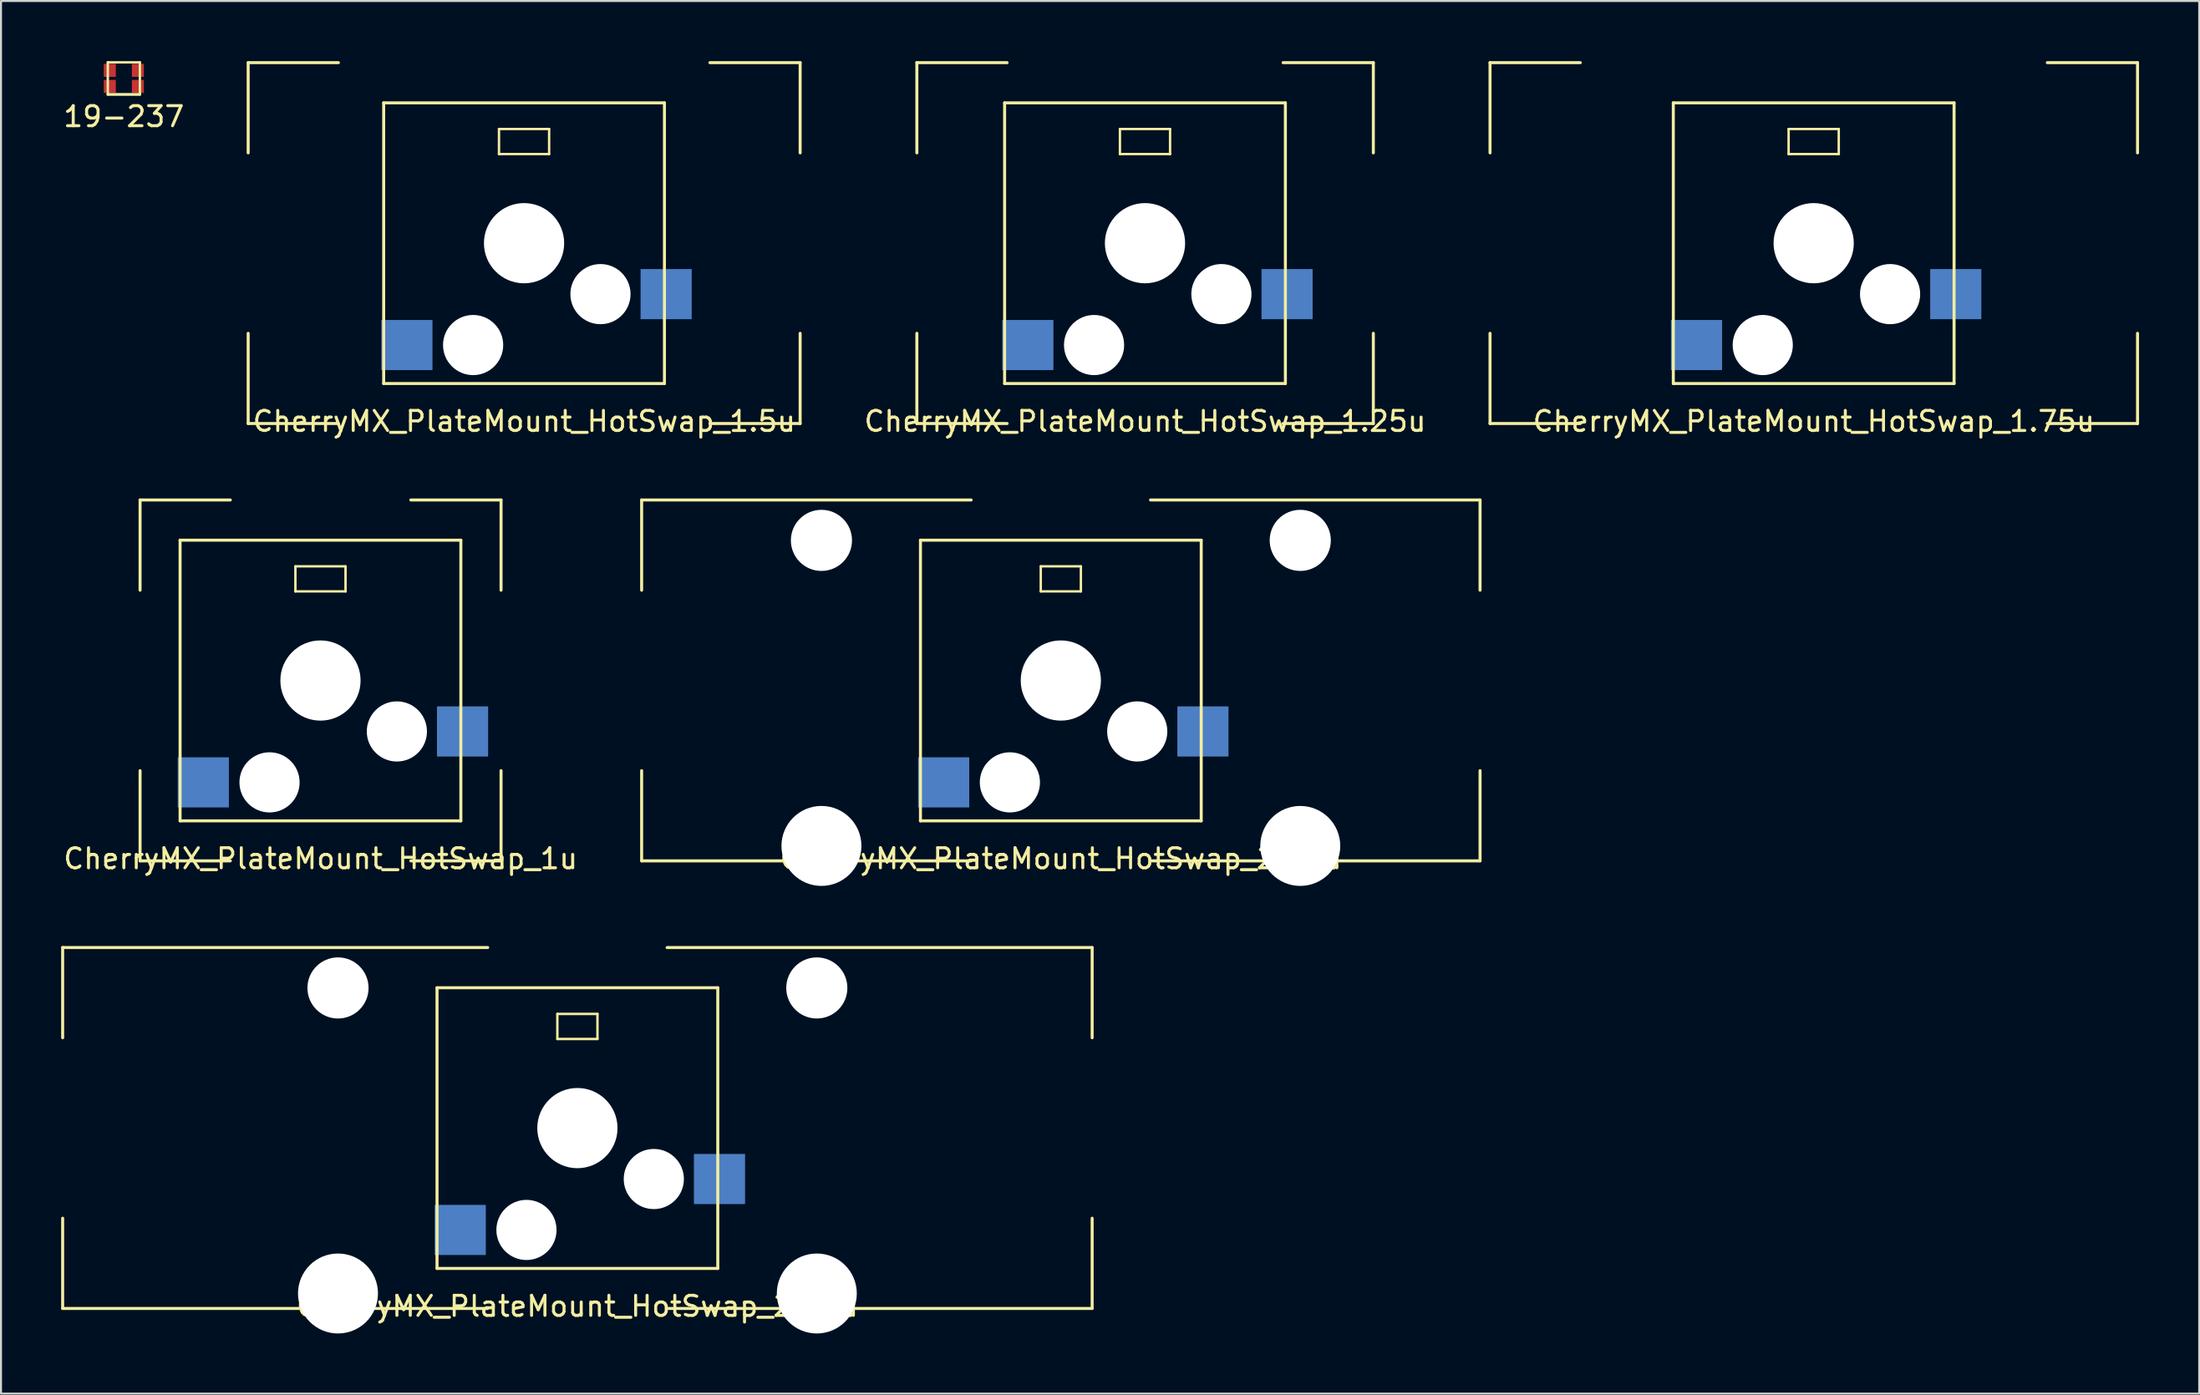
<source format=kicad_pcb>
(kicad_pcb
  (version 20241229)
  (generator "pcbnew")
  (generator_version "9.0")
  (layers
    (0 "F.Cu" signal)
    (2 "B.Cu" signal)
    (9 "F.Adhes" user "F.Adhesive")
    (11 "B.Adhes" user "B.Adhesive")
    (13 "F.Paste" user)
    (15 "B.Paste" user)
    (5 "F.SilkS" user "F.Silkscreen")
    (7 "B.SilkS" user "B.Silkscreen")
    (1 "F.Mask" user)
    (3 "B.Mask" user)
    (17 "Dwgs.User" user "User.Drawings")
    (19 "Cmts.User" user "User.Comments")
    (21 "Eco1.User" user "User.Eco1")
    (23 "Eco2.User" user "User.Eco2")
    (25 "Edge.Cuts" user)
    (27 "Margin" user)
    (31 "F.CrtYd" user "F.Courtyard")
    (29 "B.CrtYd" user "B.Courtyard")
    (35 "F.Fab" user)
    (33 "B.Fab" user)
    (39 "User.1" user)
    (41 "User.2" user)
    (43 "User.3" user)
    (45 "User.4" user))
  (footprint "CherryMX_PlateMount_HotSwap_1.25u"
    (layer "F.Cu")
    (at 54.05 9.075)
    (property "Reference" "CherryMX_PlateMount_HotSwap_1.25u" (at 0 8.89 0) (layer "F.SilkS") (effects (font (size 1 1) (thickness 0.15))))
    (attr through_hole)
    (fp_line (start -11.381 -9) (end -11.381 -4.5) (stroke (width 0.15) (type solid)) (layer "F.SilkS"))
    (fp_line (start -11.381 -9) (end -6.881 -9) (stroke (width 0.15) (type solid)) (layer "F.SilkS"))
    (fp_line (start -11.381 4.5) (end -11.381 9) (stroke (width 0.15) (type solid)) (layer "F.SilkS"))
    (fp_line (start -11.381 9) (end -6.881 9) (stroke (width 0.15) (type solid)) (layer "F.SilkS"))
    (fp_line (start -7.005 -6.995) (end 6.995 -6.995) (stroke (width 0.15) (type solid)) (layer "F.SilkS"))
    (fp_line (start -7.005 7.005) (end -7.005 -6.995) (stroke (width 0.15) (type solid)) (layer "F.SilkS"))
    (fp_line (start -1.255 -5.69) (end -1.255 -4.44) (stroke (width 0.12) (type solid)) (layer "F.SilkS"))
    (fp_line (start 1.245 -5.69) (end -1.255 -5.69) (stroke (width 0.12) (type solid)) (layer "F.SilkS"))
    (fp_line (start 1.245 -4.44) (end -1.255 -4.44) (stroke (width 0.12) (type solid)) (layer "F.SilkS"))
    (fp_line (start 1.245 -4.44) (end 1.245 -5.69) (stroke (width 0.12) (type solid)) (layer "F.SilkS"))
    (fp_line (start 6.881 9) (end 11.381 9) (stroke (width 0.15) (type solid)) (layer "F.SilkS"))
    (fp_line (start 6.995 -6.995) (end 6.995 7.005) (stroke (width 0.15) (type solid)) (layer "F.SilkS"))
    (fp_line (start 6.995 7.005) (end -7.005 7.005) (stroke (width 0.15) (type solid)) (layer "F.SilkS"))
    (fp_line (start 11.381 -9) (end 6.881 -9) (stroke (width 0.15) (type solid)) (layer "F.SilkS"))
    (fp_line (start 11.381 -4.5) (end 11.381 -9) (stroke (width 0.15) (type solid)) (layer "F.SilkS"))
    (fp_line (start 11.381 4.5) (end 11.381 9) (stroke (width 0.15) (type solid)) (layer "F.SilkS"))
    (pad "" np_thru_hole circle (at -2.545 5.085 180) (size 3 3) (drill 3) (layers "*.Cu" "*.Mask"))
    (pad "" np_thru_hole circle (at -0.005 0.005 180) (size 4 4) (drill 4) (layers "*.Cu" "*.Mask"))
    (pad "" np_thru_hole circle (at 3.805 2.545 180) (size 3 3) (drill 3) (layers "*.Cu" "*.Mask"))
    (pad "1" smd rect (at 7.08 2.545 180) (size 2.55 2.5) (layers "B.Cu" "B.Mask" "B.Paste"))
    (pad "2" smd rect (at -5.847 5.085 180) (size 2.55 2.5) (layers "B.Cu" "B.Mask" "B.Paste")))
  (footprint "CherryMX_PlateMount_HotSwap_2.25u"
    (layer "F.Cu")
    (at 49.849 30.888)
    (property "Reference" "CherryMX_PlateMount_HotSwap_2.25u" (at 0 8.89 0) (layer "F.SilkS") (effects (font (size 1 1) (thickness 0.15))))
    (attr through_hole)
    (fp_line (start -20.904 -9) (end -20.904 -4.5) (stroke (width 0.15) (type solid)) (layer "F.SilkS"))
    (fp_line (start -20.904 -9) (end -4.473 -9) (stroke (width 0.15) (type solid)) (layer "F.SilkS"))
    (fp_line (start -20.904 4.5) (end -20.904 9) (stroke (width 0.15) (type solid)) (layer "F.SilkS"))
    (fp_line (start -20.904 9) (end -4.473 9) (stroke (width 0.15) (type solid)) (layer "F.SilkS"))
    (fp_line (start -7.001 -6.995) (end 6.999 -6.995) (stroke (width 0.15) (type solid)) (layer "F.SilkS"))
    (fp_line (start -7.001 7.005) (end -7.001 -6.995) (stroke (width 0.15) (type solid)) (layer "F.SilkS"))
    (fp_line (start -1.001 -5.69) (end -1.001 -4.44) (stroke (width 0.12) (type solid)) (layer "F.SilkS"))
    (fp_line (start 0.999 -5.69) (end -1.001 -5.69) (stroke (width 0.12) (type solid)) (layer "F.SilkS"))
    (fp_line (start 0.999 -4.44) (end -1.001 -4.44) (stroke (width 0.12) (type solid)) (layer "F.SilkS"))
    (fp_line (start 0.999 -4.44) (end 0.999 -5.69) (stroke (width 0.12) (type solid)) (layer "F.SilkS"))
    (fp_line (start 4.473 -9) (end 20.904 -9) (stroke (width 0.15) (type solid)) (layer "F.SilkS"))
    (fp_line (start 4.473 9) (end 20.904 9) (stroke (width 0.15) (type solid)) (layer "F.SilkS"))
    (fp_line (start 6.999 -6.995) (end 6.999 7.005) (stroke (width 0.15) (type solid)) (layer "F.SilkS"))
    (fp_line (start 6.999 7.005) (end -7.001 7.005) (stroke (width 0.15) (type solid)) (layer "F.SilkS"))
    (fp_line (start 20.904 -4.5) (end 20.904 -9) (stroke (width 0.15) (type solid)) (layer "F.SilkS"))
    (fp_line (start 20.904 4.5) (end 20.904 9) (stroke (width 0.15) (type solid)) (layer "F.SilkS"))
    (pad "" np_thru_hole circle (at -11.938 -6.985) (size 3.048 3.048) (drill 3.048) (layers "*.Cu" "*.Mask"))
    (pad "" np_thru_hole circle (at -11.938 8.255) (size 3.988 3.988) (drill 3.988) (layers "*.Cu" "*.Mask"))
    (pad "" np_thru_hole circle (at -2.541 5.085 180) (size 3 3) (drill 3) (layers "*.Cu" "*.Mask"))
    (pad "" np_thru_hole circle (at -0.001 0.005 180) (size 4 4) (drill 4) (layers "*.Cu" "*.Mask"))
    (pad "" np_thru_hole circle (at 3.809 2.545 180) (size 3 3) (drill 3) (layers "*.Cu" "*.Mask"))
    (pad "" np_thru_hole circle (at 11.938 -6.985) (size 3.048 3.048) (drill 3.048) (layers "*.Cu" "*.Mask"))
    (pad "" np_thru_hole circle (at 11.938 8.255) (size 3.988 3.988) (drill 3.988) (layers "*.Cu" "*.Mask"))
    (pad "1" smd rect (at 7.084 2.545 180) (size 2.55 2.5) (layers "B.Cu" "B.Mask" "B.Paste"))
    (pad "2" smd rect (at -5.843 5.085 180) (size 2.55 2.5) (layers "B.Cu" "B.Mask" "B.Paste")))
  (footprint "CherryMX_PlateMount_HotSwap_2.75u"
    (layer "F.Cu")
    (at 25.742 53.212)
    (property "Reference" "CherryMX_PlateMount_HotSwap_2.75u" (at 0 8.89 0) (layer "F.SilkS") (effects (font (size 1 1) (thickness 0.15))))
    (attr through_hole)
    (fp_line (start -25.668 -9) (end -25.668 -4.5) (stroke (width 0.15) (type solid)) (layer "F.SilkS"))
    (fp_line (start -25.668 -9) (end -4.474 -9) (stroke (width 0.15) (type solid)) (layer "F.SilkS"))
    (fp_line (start -25.668 4.5) (end -25.668 9) (stroke (width 0.15) (type solid)) (layer "F.SilkS"))
    (fp_line (start -25.668 9) (end -4.474 9) (stroke (width 0.15) (type solid)) (layer "F.SilkS"))
    (fp_line (start -7 -6.995) (end 7 -6.995) (stroke (width 0.15) (type solid)) (layer "F.SilkS"))
    (fp_line (start -7 7.005) (end -7 -6.995) (stroke (width 0.15) (type solid)) (layer "F.SilkS"))
    (fp_line (start -1 -5.69) (end -1 -4.44) (stroke (width 0.12) (type solid)) (layer "F.SilkS"))
    (fp_line (start 1 -5.69) (end -1 -5.69) (stroke (width 0.12) (type solid)) (layer "F.SilkS"))
    (fp_line (start 1 -4.44) (end -1 -4.44) (stroke (width 0.12) (type solid)) (layer "F.SilkS"))
    (fp_line (start 1 -4.44) (end 1 -5.69) (stroke (width 0.12) (type solid)) (layer "F.SilkS"))
    (fp_line (start 4.474 -9) (end 25.668 -9) (stroke (width 0.15) (type solid)) (layer "F.SilkS"))
    (fp_line (start 4.474 9) (end 25.668 9) (stroke (width 0.15) (type solid)) (layer "F.SilkS"))
    (fp_line (start 7 -6.995) (end 7 7.005) (stroke (width 0.15) (type solid)) (layer "F.SilkS"))
    (fp_line (start 7 7.005) (end -7 7.005) (stroke (width 0.15) (type solid)) (layer "F.SilkS"))
    (fp_line (start 25.668 -4.5) (end 25.668 -9) (stroke (width 0.15) (type solid)) (layer "F.SilkS"))
    (fp_line (start 25.668 4.5) (end 25.668 9) (stroke (width 0.15) (type solid)) (layer "F.SilkS"))
    (pad "" np_thru_hole circle (at -11.938 -6.985) (size 3.048 3.048) (drill 3.048) (layers "*.Cu" "*.Mask"))
    (pad "" np_thru_hole circle (at -11.938 8.255) (size 3.988 3.988) (drill 3.988) (layers "*.Cu" "*.Mask"))
    (pad "" np_thru_hole circle (at -2.54 5.085 180) (size 3 3) (drill 3) (layers "*.Cu" "*.Mask"))
    (pad "" np_thru_hole circle (at 0 0.005 180) (size 4 4) (drill 4) (layers "*.Cu" "*.Mask"))
    (pad "" np_thru_hole circle (at 3.81 2.545 180) (size 3 3) (drill 3) (layers "*.Cu" "*.Mask"))
    (pad "" np_thru_hole circle (at 11.938 -6.985) (size 3.048 3.048) (drill 3.048) (layers "*.Cu" "*.Mask"))
    (pad "" np_thru_hole circle (at 11.938 8.255) (size 3.988 3.988) (drill 3.988) (layers "*.Cu" "*.Mask"))
    (pad "1" smd rect (at 7.085 2.545 180) (size 2.55 2.5) (layers "B.Cu" "B.Mask" "B.Paste"))
    (pad "2" smd rect (at -5.842 5.085 180) (size 2.55 2.5) (layers "B.Cu" "B.Mask" "B.Paste")))
  (footprint "CherryMX_PlateMount_HotSwap_1u"
    (layer "F.Cu")
    (at 12.935 30.888)
    (property "Reference" "CherryMX_PlateMount_HotSwap_1u" (at 0 8.89 0) (layer "F.SilkS") (effects (font (size 1 1) (thickness 0.15))))
    (attr through_hole)
    (fp_line (start -9 -9) (end -9 -4.5) (stroke (width 0.15) (type solid)) (layer "F.SilkS"))
    (fp_line (start -9 -9) (end -4.5 -9) (stroke (width 0.15) (type solid)) (layer "F.SilkS"))
    (fp_line (start -9 4.5) (end -9 9) (stroke (width 0.15) (type solid)) (layer "F.SilkS"))
    (fp_line (start -9 9) (end -4.5 9) (stroke (width 0.15) (type solid)) (layer "F.SilkS"))
    (fp_line (start -7.005 -6.995) (end 6.995 -6.995) (stroke (width 0.15) (type solid)) (layer "F.SilkS"))
    (fp_line (start -7.005 7.005) (end -7.005 -6.995) (stroke (width 0.15) (type solid)) (layer "F.SilkS"))
    (fp_line (start -1.255 -5.69) (end -1.255 -4.44) (stroke (width 0.12) (type solid)) (layer "F.SilkS"))
    (fp_line (start 1.245 -5.69) (end -1.255 -5.69) (stroke (width 0.12) (type solid)) (layer "F.SilkS"))
    (fp_line (start 1.245 -4.44) (end -1.255 -4.44) (stroke (width 0.12) (type solid)) (layer "F.SilkS"))
    (fp_line (start 1.245 -4.44) (end 1.245 -5.69) (stroke (width 0.12) (type solid)) (layer "F.SilkS"))
    (fp_line (start 4.5 9) (end 9 9) (stroke (width 0.15) (type solid)) (layer "F.SilkS"))
    (fp_line (start 6.995 -6.995) (end 6.995 7.005) (stroke (width 0.15) (type solid)) (layer "F.SilkS"))
    (fp_line (start 6.995 7.005) (end -7.005 7.005) (stroke (width 0.15) (type solid)) (layer "F.SilkS"))
    (fp_line (start 9 -9) (end 4.5 -9) (stroke (width 0.15) (type solid)) (layer "F.SilkS"))
    (fp_line (start 9 -4.5) (end 9 -9) (stroke (width 0.15) (type solid)) (layer "F.SilkS"))
    (fp_line (start 9 4.5) (end 9 9) (stroke (width 0.15) (type solid)) (layer "F.SilkS"))
    (pad "" np_thru_hole circle (at -2.545 5.085 180) (size 3 3) (drill 3) (layers "*.Cu" "*.Mask"))
    (pad "" np_thru_hole circle (at -0.005 0.005 180) (size 4 4) (drill 4) (layers "*.Cu" "*.Mask"))
    (pad "" np_thru_hole circle (at 3.805 2.545 180) (size 3 3) (drill 3) (layers "*.Cu" "*.Mask"))
    (pad "1" smd rect (at 7.08 2.545 180) (size 2.55 2.5) (layers "B.Cu" "B.Mask" "B.Paste"))
    (pad "2" smd rect (at -5.847 5.085 180) (size 2.55 2.5) (layers "B.Cu" "B.Mask" "B.Paste")))
  (footprint "CherryMX_PlateMount_HotSwap_1.5u"
    (layer "F.Cu")
    (at 23.087 9.075)
    (property "Reference" "CherryMX_PlateMount_HotSwap_1.5u" (at 0 8.89 0) (layer "F.SilkS") (effects (font (size 1 1) (thickness 0.15))))
    (attr through_hole)
    (fp_line (start -13.762 -9) (end -13.762 -4.5) (stroke (width 0.15) (type solid)) (layer "F.SilkS"))
    (fp_line (start -13.762 -9) (end -9.262 -9) (stroke (width 0.15) (type solid)) (layer "F.SilkS"))
    (fp_line (start -13.762 4.5) (end -13.762 9) (stroke (width 0.15) (type solid)) (layer "F.SilkS"))
    (fp_line (start -13.762 9) (end -9.262 9) (stroke (width 0.15) (type solid)) (layer "F.SilkS"))
    (fp_line (start -7.005 -6.995) (end 6.995 -6.995) (stroke (width 0.15) (type solid)) (layer "F.SilkS"))
    (fp_line (start -7.005 7.005) (end -7.005 -6.995) (stroke (width 0.15) (type solid)) (layer "F.SilkS"))
    (fp_line (start -1.255 -5.69) (end -1.255 -4.44) (stroke (width 0.12) (type solid)) (layer "F.SilkS"))
    (fp_line (start 1.245 -5.69) (end -1.255 -5.69) (stroke (width 0.12) (type solid)) (layer "F.SilkS"))
    (fp_line (start 1.245 -4.44) (end -1.255 -4.44) (stroke (width 0.12) (type solid)) (layer "F.SilkS"))
    (fp_line (start 1.245 -4.44) (end 1.245 -5.69) (stroke (width 0.12) (type solid)) (layer "F.SilkS"))
    (fp_line (start 6.995 -6.995) (end 6.995 7.005) (stroke (width 0.15) (type solid)) (layer "F.SilkS"))
    (fp_line (start 6.995 7.005) (end -7.005 7.005) (stroke (width 0.15) (type solid)) (layer "F.SilkS"))
    (fp_line (start 9.262 9) (end 13.762 9) (stroke (width 0.15) (type solid)) (layer "F.SilkS"))
    (fp_line (start 13.762 -9) (end 9.262 -9) (stroke (width 0.15) (type solid)) (layer "F.SilkS"))
    (fp_line (start 13.762 -4.5) (end 13.762 -9) (stroke (width 0.15) (type solid)) (layer "F.SilkS"))
    (fp_line (start 13.762 4.5) (end 13.762 9) (stroke (width 0.15) (type solid)) (layer "F.SilkS"))
    (pad "" np_thru_hole circle (at -2.545 5.085 180) (size 3 3) (drill 3) (layers "*.Cu" "*.Mask"))
    (pad "" np_thru_hole circle (at -0.005 0.005 180) (size 4 4) (drill 4) (layers "*.Cu" "*.Mask"))
    (pad "" np_thru_hole circle (at 3.805 2.545 180) (size 3 3) (drill 3) (layers "*.Cu" "*.Mask"))
    (pad "1" smd rect (at 7.08 2.545 180) (size 2.55 2.5) (layers "B.Cu" "B.Mask" "B.Paste"))
    (pad "2" smd rect (at -5.847 5.085 180) (size 2.55 2.5) (layers "B.Cu" "B.Mask" "B.Paste")))
  (footprint "CherryMX_PlateMount_HotSwap_1.75u"
    (layer "F.Cu")
    (at 87.394 9.075)
    (property "Reference" "CherryMX_PlateMount_HotSwap_1.75u" (at 0 8.89 0) (layer "F.SilkS") (effects (font (size 1 1) (thickness 0.15))))
    (attr through_hole)
    (fp_line (start -16.144 -9) (end -16.144 -4.5) (stroke (width 0.15) (type solid)) (layer "F.SilkS"))
    (fp_line (start -16.144 -9) (end -11.644 -9) (stroke (width 0.15) (type solid)) (layer "F.SilkS"))
    (fp_line (start -16.144 4.5) (end -16.144 9) (stroke (width 0.15) (type solid)) (layer "F.SilkS"))
    (fp_line (start -16.144 9) (end -11.644 9) (stroke (width 0.15) (type solid)) (layer "F.SilkS"))
    (fp_line (start -7.005 -6.995) (end 6.995 -6.995) (stroke (width 0.15) (type solid)) (layer "F.SilkS"))
    (fp_line (start -7.005 7.005) (end -7.005 -6.995) (stroke (width 0.15) (type solid)) (layer "F.SilkS"))
    (fp_line (start -1.255 -5.69) (end -1.255 -4.44) (stroke (width 0.12) (type solid)) (layer "F.SilkS"))
    (fp_line (start 1.245 -5.69) (end -1.255 -5.69) (stroke (width 0.12) (type solid)) (layer "F.SilkS"))
    (fp_line (start 1.245 -4.44) (end -1.255 -4.44) (stroke (width 0.12) (type solid)) (layer "F.SilkS"))
    (fp_line (start 1.245 -4.44) (end 1.245 -5.69) (stroke (width 0.12) (type solid)) (layer "F.SilkS"))
    (fp_line (start 6.995 -6.995) (end 6.995 7.005) (stroke (width 0.15) (type solid)) (layer "F.SilkS"))
    (fp_line (start 6.995 7.005) (end -7.005 7.005) (stroke (width 0.15) (type solid)) (layer "F.SilkS"))
    (fp_line (start 11.644 9) (end 16.144 9) (stroke (width 0.15) (type solid)) (layer "F.SilkS"))
    (fp_line (start 16.144 -9) (end 11.644 -9) (stroke (width 0.15) (type solid)) (layer "F.SilkS"))
    (fp_line (start 16.144 -4.5) (end 16.144 -9) (stroke (width 0.15) (type solid)) (layer "F.SilkS"))
    (fp_line (start 16.144 4.5) (end 16.144 9) (stroke (width 0.15) (type solid)) (layer "F.SilkS"))
    (pad "" np_thru_hole circle (at -2.545 5.085 180) (size 3 3) (drill 3) (layers "*.Cu" "*.Mask"))
    (pad "" np_thru_hole circle (at -0.005 0.005 180) (size 4 4) (drill 4) (layers "*.Cu" "*.Mask"))
    (pad "" np_thru_hole circle (at 3.805 2.545 180) (size 3 3) (drill 3) (layers "*.Cu" "*.Mask"))
    (pad "1" smd rect (at 7.08 2.545 180) (size 2.55 2.5) (layers "B.Cu" "B.Mask" "B.Paste"))
    (pad "2" smd rect (at -5.847 5.085 180) (size 2.55 2.5) (layers "B.Cu" "B.Mask" "B.Paste")))
  (footprint "19-237"
    (layer "F.Cu")
    (at 3.125 0.86)
    (property "Reference" "19-237" (at 0 1.905 0) (layer "F.SilkS") (effects (font (size 1 1) (thickness 0.15))))
    (attr through_hole)
    (fp_line (start -0.8 -0.8) (end 0.8 -0.8) (stroke (width 0.12) (type solid)) (layer "F.SilkS"))
    (fp_line (start -0.8 0.8) (end -0.8 -0.8) (stroke (width 0.12) (type solid)) (layer "F.SilkS"))
    (fp_line (start -0.8 0.8) (end 0.8 0.8) (stroke (width 0.12) (type solid)) (layer "F.SilkS"))
    (fp_line (start 0.8 -0.8) (end 0.8 0.8) (stroke (width 0.12) (type solid)) (layer "F.SilkS"))
    (fp_line (start 0.8 0.8) (end -0.8 0.8) (stroke (width 0.12) (type solid)) (layer "F.SilkS"))
    (pad "1" smd rect (at 0.7 -0.4) (size 0.6 0.65) (layers "F.Cu" "F.Mask" "F.Paste"))
    (pad "2" smd rect (at -0.7 -0.4) (size 0.6 0.65) (layers "F.Cu" "F.Mask" "F.Paste"))
    (pad "3" smd rect (at 0.7 0.4) (size 0.6 0.65) (layers "F.Cu" "F.Mask" "F.Paste"))
    (pad "4" smd rect (at -0.7 0.4) (size 0.6 0.65) (layers "F.Cu" "F.Mask" "F.Paste")))
  (gr_rect
    (start -3 -3)
    (end 106.613 66.461)
    (stroke (width 0.1) (type default))
    (fill no)
    (layer "Edge.Cuts")))
</source>
